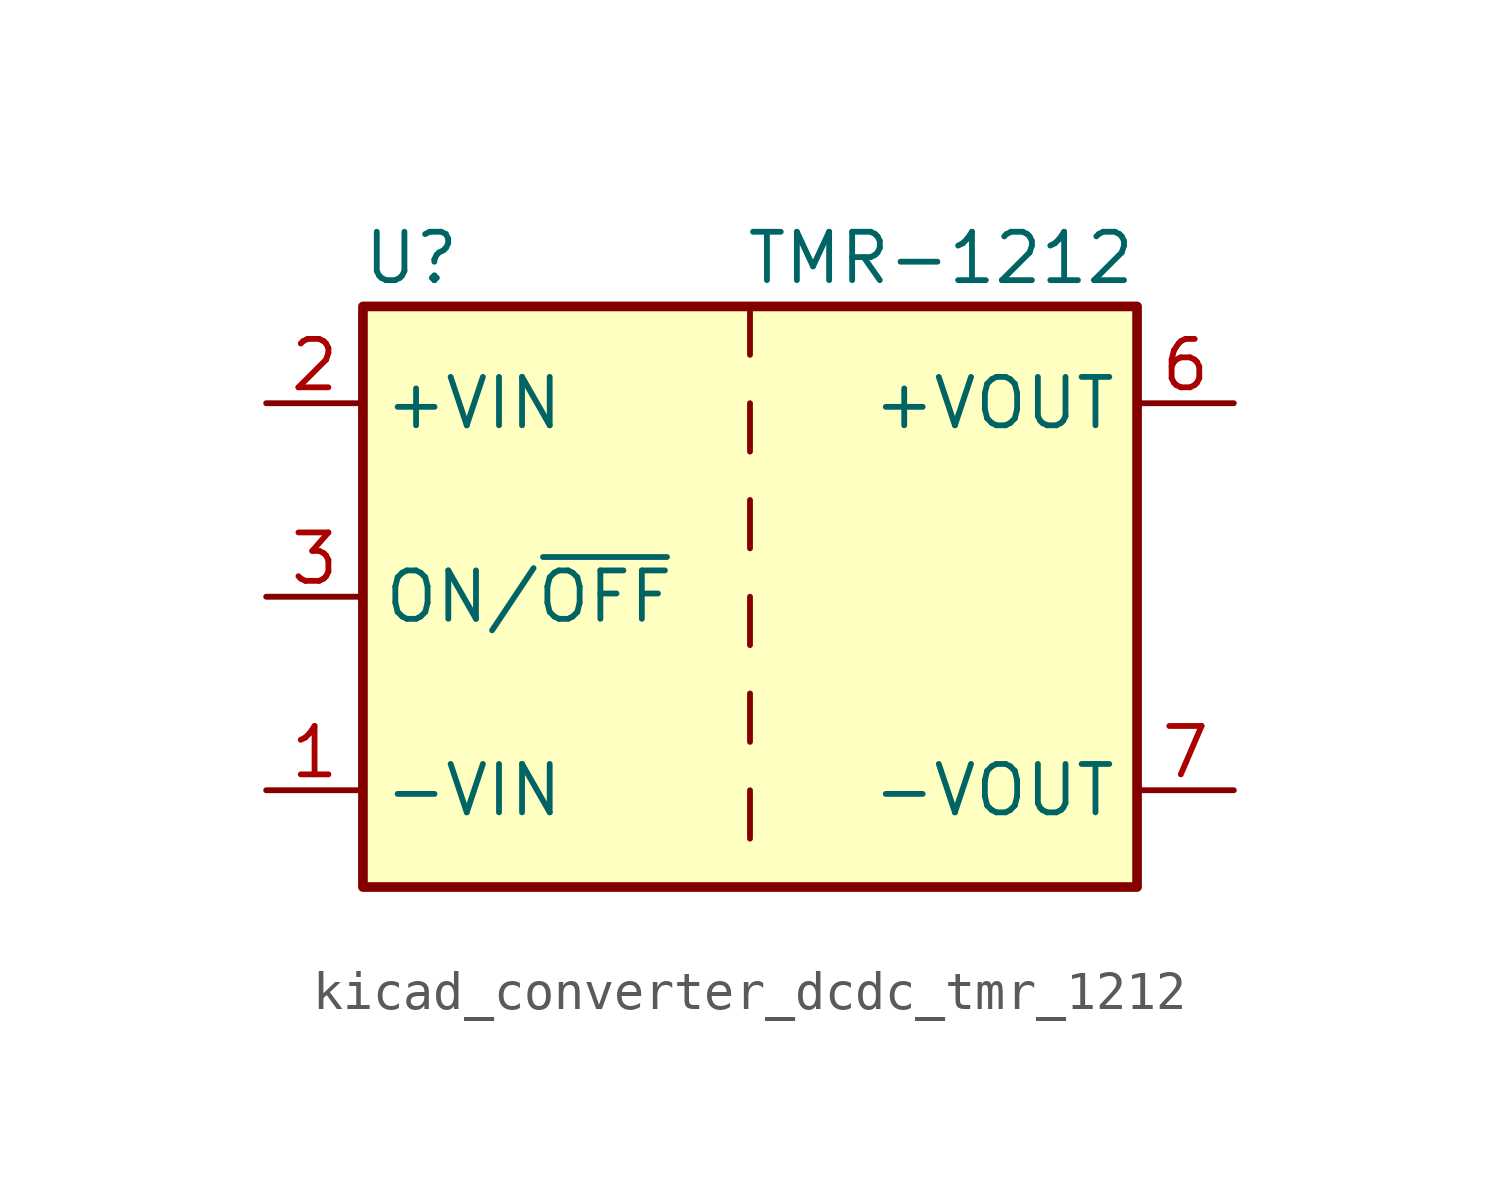
<source format=kicad_sym>
(kicad_symbol_lib
  (version 20220914)
  (generator kicad_symbol_editor)
  (symbol "kicad_converter_dcdc_tmr_1212"
    (property "Reference" "U"
      (at -8.89 8.89 0)
      (effects (font (size 1.27 1.27))))
    (property "Value" "TMR-1212"
      (at 10.16 8.89 0)
      (effects (font (size 1.27 1.27)) (justify right)))
    (symbol "kicad_converter_dcdc_tmr_1212_0_1"
      (rectangle (start -10.16 7.62) (end 10.16 -7.62) (stroke (width 0.254) (type default)) (fill (type background)))
      (polyline (pts (xy 0 -5.08) (xy 0 -6.35)) (stroke (width 0) (type default)) (fill (type none)))
      (polyline (pts (xy 0 -2.54) (xy 0 -3.81)) (stroke (width 0) (type default)) (fill (type none)))
      (polyline (pts (xy 0 0) (xy 0 -1.27)) (stroke (width 0) (type default)) (fill (type none)))
      (polyline (pts (xy 0 2.54) (xy 0 1.27)) (stroke (width 0) (type default)) (fill (type none)))
      (polyline (pts (xy 0 5.08) (xy 0 3.81)) (stroke (width 0) (type default)) (fill (type none)))
      (polyline (pts (xy 0 7.62) (xy 0 6.35)) (stroke (width 0) (type default)) (fill (type none))))
    (symbol "kicad_converter_dcdc_tmr_1212_1_1"
      (pin power_in line (at -12.7 -5.08 0) (length 2.54) (name "-VIN" (effects (font (size 1.27 1.27)))) (number "1" (effects (font (size 1.27 1.27)))))
      (pin power_in line (at -12.7 5.08 0) (length 2.54) (name "+VIN" (effects (font (size 1.27 1.27)))) (number "2" (effects (font (size 1.27 1.27)))))
      (pin input line (at -12.7 0 0) (length 2.54) (name "ON/~{OFF}" (effects (font (size 1.27 1.27)))) (number "3" (effects (font (size 1.27 1.27)))))
      (pin no_connect line (at 10.16 2.54 180) (length 2.54) hide (name "NC" (effects (font (size 1.27 1.27)))) (number "5" (effects (font (size 1.27 1.27)))))
      (pin power_out line (at 12.7 5.08 180) (length 2.54) (name "+VOUT" (effects (font (size 1.27 1.27)))) (number "6" (effects (font (size 1.27 1.27)))))
      (pin power_out line (at 12.7 -5.08 180) (length 2.54) (name "-VOUT" (effects (font (size 1.27 1.27)))) (number "7" (effects (font (size 1.27 1.27)))))
      (pin no_connect line (at 10.16 0 180) (length 2.54) hide (name "NC" (effects (font (size 1.27 1.27)))) (number "8" (effects (font (size 1.27 1.27))))))))
</source>
